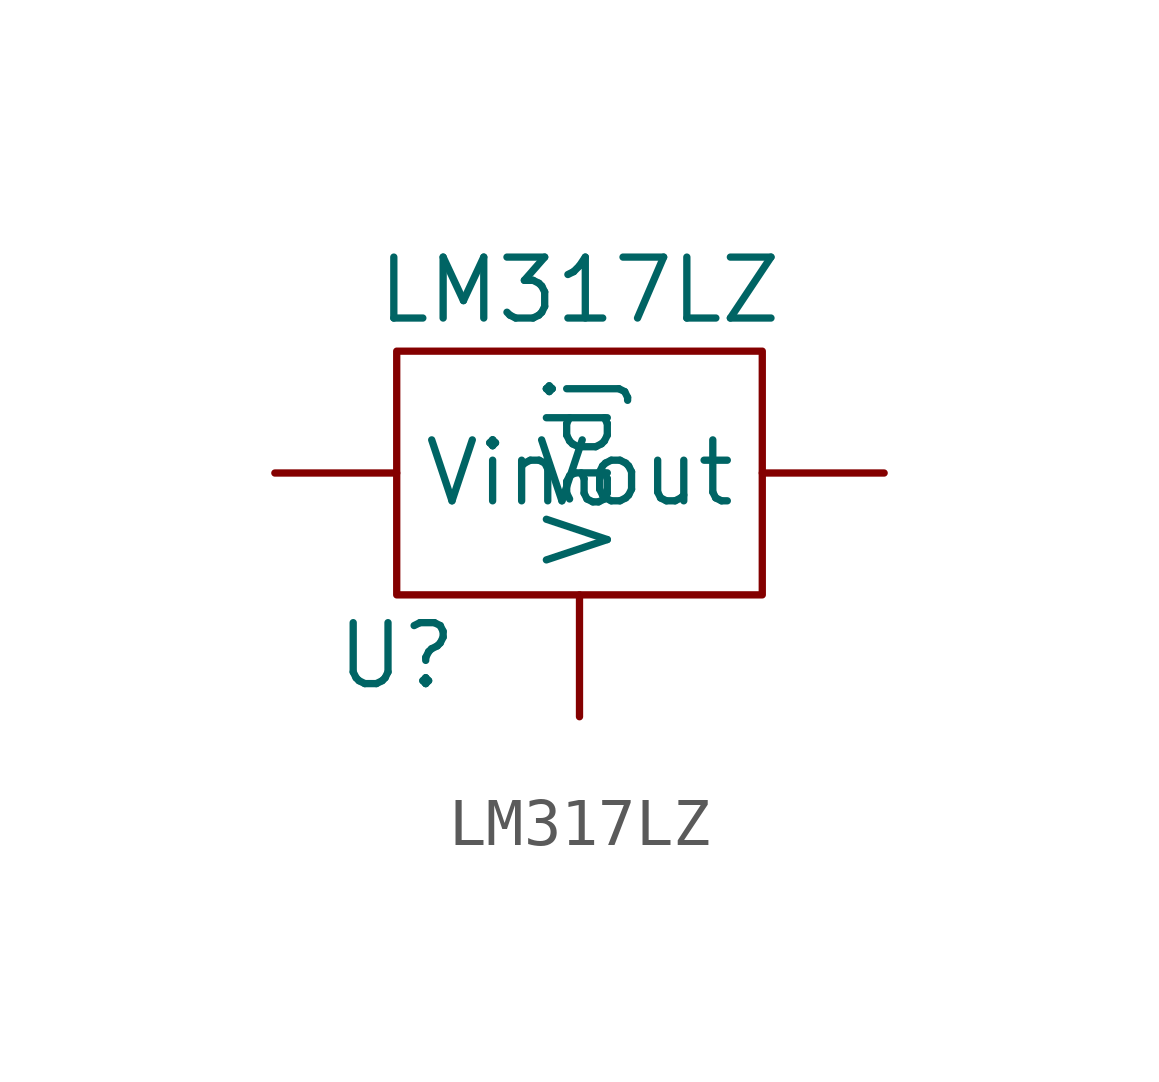
<source format=kicad_sym>
(kicad_symbol_lib
  (version 20211014)
  (generator kicad_symbol_editor)
  (symbol "LM317LZ"
    (property "Reference" "U"
      (at -3.81 -3.81 0)
      (effects (font (size 1.27 1.27))))
    (property "Value" "LM317LZ"
      (at 0 3.81 0)
      (effects (font (size 1.27 1.27))))
    (symbol "LM317LZ_0_1"
      (rectangle (start -3.81 2.54) (end 3.81 -2.54) (stroke (width 0) (type default) (color 0 0 0 0)) (fill (type none))))
    (symbol "LM317LZ_1_1"
      (pin input line (at 0 -5.08 90) (length 2.54) (name "Vadj" (effects (font (size 1.27 1.27)))) (number "" (effects (font (size 1.27 1.27)))))
      (pin input line (at -6.35 0 0) (length 2.54) (name "Vin" (effects (font (size 1.27 1.27)))) (number "" (effects (font (size 1.27 1.27)))))
      (pin output line (at 6.35 0 180) (length 2.54) (name "Vout" (effects (font (size 1.27 1.27)))) (number "" (effects (font (size 1.27 1.27))))))))
</source>
